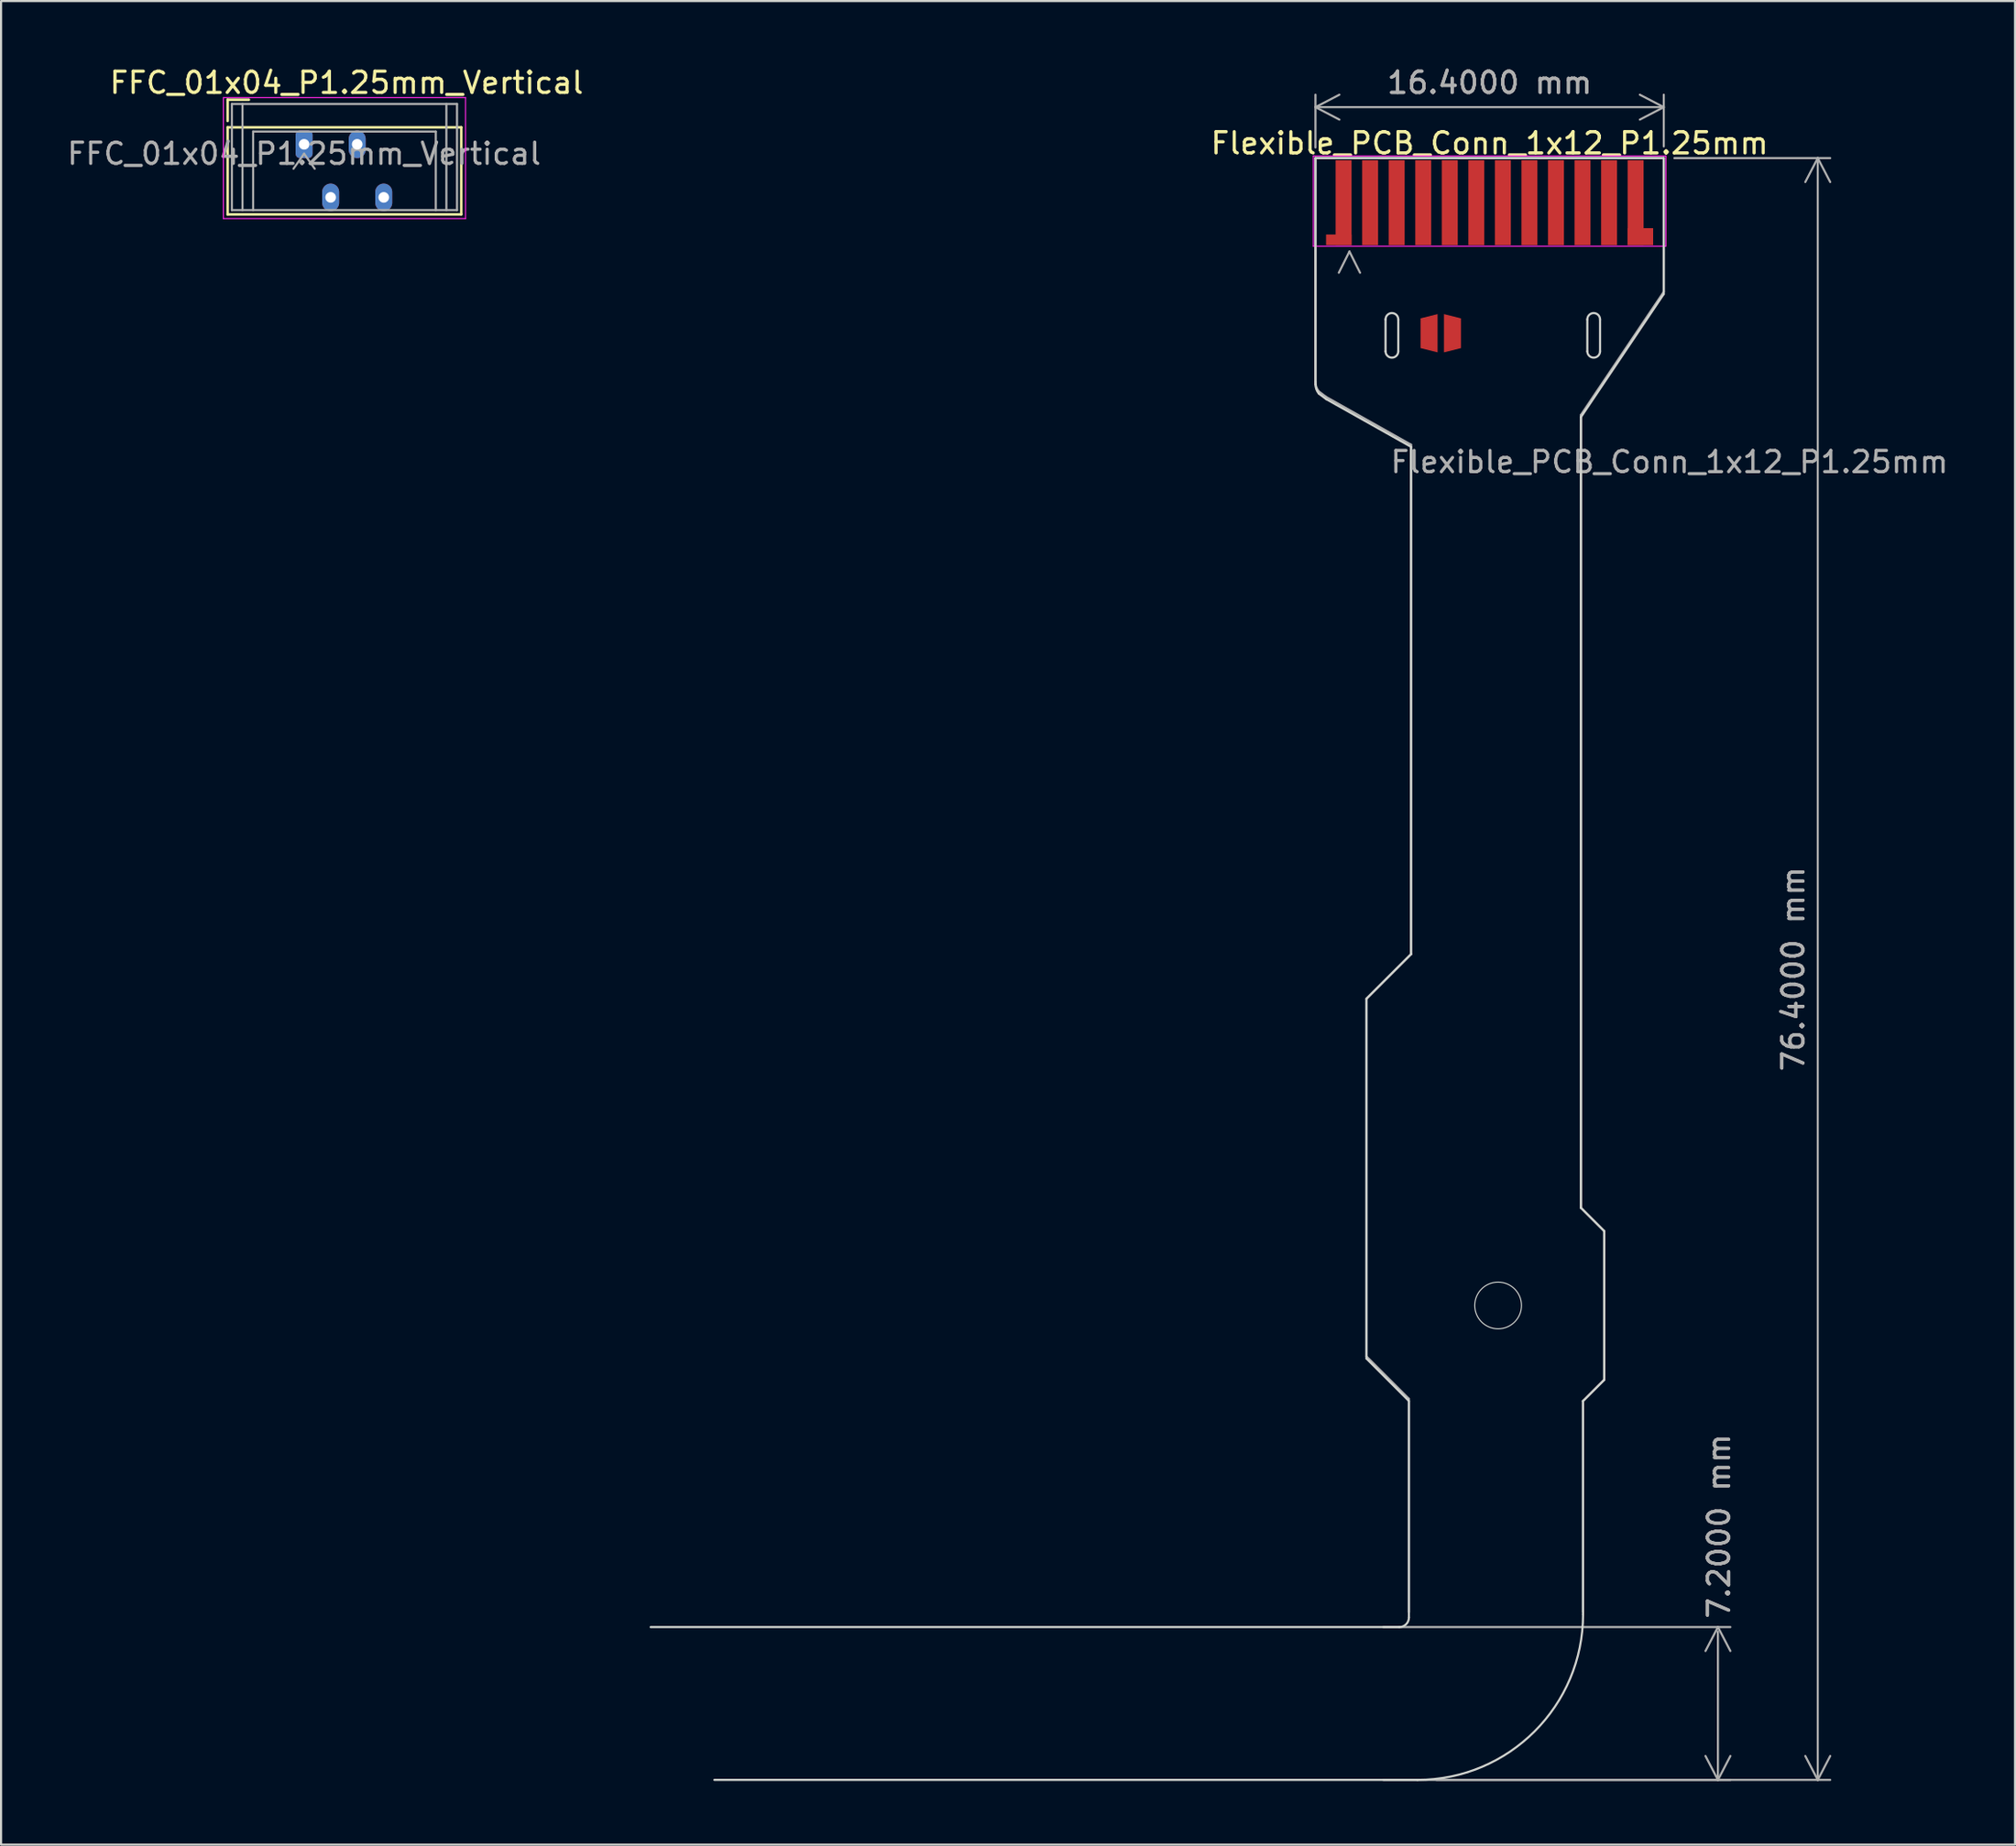
<source format=kicad_pcb>
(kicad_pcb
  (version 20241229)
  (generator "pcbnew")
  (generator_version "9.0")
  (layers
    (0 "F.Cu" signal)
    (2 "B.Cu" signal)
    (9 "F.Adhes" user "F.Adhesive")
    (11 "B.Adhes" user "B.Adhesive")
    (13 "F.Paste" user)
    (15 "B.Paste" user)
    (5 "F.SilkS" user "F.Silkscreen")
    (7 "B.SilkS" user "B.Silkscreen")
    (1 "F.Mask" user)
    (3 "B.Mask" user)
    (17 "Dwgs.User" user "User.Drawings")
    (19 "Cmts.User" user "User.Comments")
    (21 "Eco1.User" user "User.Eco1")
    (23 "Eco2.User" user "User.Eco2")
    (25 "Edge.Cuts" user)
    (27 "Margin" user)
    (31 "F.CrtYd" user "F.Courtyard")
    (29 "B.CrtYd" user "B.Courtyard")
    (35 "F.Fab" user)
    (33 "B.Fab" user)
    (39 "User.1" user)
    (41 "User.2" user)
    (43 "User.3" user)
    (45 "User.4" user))
  (footprint "FFC_01x04_P1.25mm_Vertical"
    (layer "F.Cu")
    (at 11.268 3.748)
    (property "Reference" "FFC_01x04_P1.25mm_Vertical" (at 2 -2.9 0) (layer "F.SilkS") (effects (font (size 1 1) (thickness 0.15))))
    (attr through_hole)
    (fp_line (start -3.6 -2.1) (end -3.6 -1.1) (stroke (width 0.12) (type solid)) (layer "F.SilkS"))
    (fp_line (start -3.6 -2.1) (end -2.6 -2.1) (stroke (width 0.12) (type solid)) (layer "F.SilkS"))
    (fp_line (start -3.6 -0.8) (end -3.6 3.3) (stroke (width 0.12) (type solid)) (layer "F.SilkS"))
    (fp_line (start -3.6 3.3) (end 7.4 3.3) (stroke (width 0.12) (type solid)) (layer "F.SilkS"))
    (fp_line (start 7.4 -0.8) (end -3.6 -0.8) (stroke (width 0.12) (type solid)) (layer "F.SilkS"))
    (fp_line (start 7.4 3.3) (end 7.4 -0.8) (stroke (width 0.12) (type solid)) (layer "F.SilkS"))
    (fp_line (start -3.8 -2.2) (end -3.8 3.5) (stroke (width 0.05) (type solid)) (layer "F.CrtYd"))
    (fp_line (start -3.8 3.5) (end 7.6 3.5) (stroke (width 0.05) (type solid)) (layer "F.CrtYd"))
    (fp_line (start 7.6 -2.2) (end -3.8 -2.2) (stroke (width 0.05) (type solid)) (layer "F.CrtYd"))
    (fp_line (start 7.6 3.5) (end 7.6 -2.2) (stroke (width 0.05) (type solid)) (layer "F.CrtYd"))
    (fp_line (start -3.4 -1.9) (end -3.4 3.1) (stroke (width 0.1) (type solid)) (layer "F.Fab"))
    (fp_line (start -2.9 -1.9) (end -2.9 3.1) (stroke (width 0.1) (type solid)) (layer "F.Fab"))
    (fp_line (start -2.4 -0.6) (end 6.2 -0.6) (stroke (width 0.1) (type default)) (layer "F.Fab"))
    (fp_line (start -2.4 3.1) (end -2.4 -0.6) (stroke (width 0.1) (type default)) (layer "F.Fab"))
    (fp_line (start -0.5 1.15) (end 0 0.443) (stroke (width 0.1) (type solid)) (layer "F.Fab"))
    (fp_line (start 0 0.443) (end 0.5 1.15) (stroke (width 0.1) (type solid)) (layer "F.Fab"))
    (fp_line (start 6.2 3.1) (end 6.2 -0.6) (stroke (width 0.1) (type default)) (layer "F.Fab"))
    (fp_line (start 6.7 -1.9) (end 6.7 3.1) (stroke (width 0.1) (type solid)) (layer "F.Fab"))
    (fp_line (start 7.2 -1.9) (end -3.4 -1.9) (stroke (width 0.1) (type solid)) (layer "F.Fab"))
    (fp_line (start 7.2 -1.9) (end 7.2 3.1) (stroke (width 0.1) (type solid)) (layer "F.Fab"))
    (fp_line (start 7.2 3.1) (end -3.4 3.1) (stroke (width 0.1) (type solid)) (layer "F.Fab"))
    (fp_text user "${REFERENCE}" (at 0 0.443 0) (layer "F.Fab") (effects (font (size 1 1) (thickness 0.15))))
    (pad "1" thru_hole roundrect (at 0 0) (size 0.8 1.3) (drill 0.5) (layers "*.Cu" "*.Mask") (roundrect_rratio 0.25))
    (pad "2" thru_hole oval (at 1.25 2.5) (size 0.8 1.3) (drill 0.5) (layers "*.Cu" "*.Mask"))
    (pad "3" thru_hole oval (at 2.5 0) (size 0.8 1.3) (drill 0.5) (layers "*.Cu" "*.Mask"))
    (pad "4" thru_hole oval (at 3.75 2.5) (size 0.8 1.3) (drill 0.5) (layers "*.Cu" "*.Mask")))
  (footprint "Flexible_PCB_Conn_1x12_P1.25mm"
    (layer "F.Cu")
    (at 67.086 8.498)
    (property "Reference" "Flexible_PCB_Conn_1x12_P1.25mm" (at 0 -4.8 0) (layer "F.SilkS") (effects (font (size 1 1) (thickness 0.15))))
    (attr smd)
    (fp_rect (start -8.2 -4.1) (end 8.2 0) (stroke (width 0.12) (type solid)) (fill yes) (layer "F.Mask"))
    (fp_line (start -36.5 72.3) (end -3.4 72.3) (stroke (width 0.1) (type default)) (layer "Edge.Cuts"))
    (fp_line (start -8.2 -4.1) (end 8.2 -4.1) (stroke (width 0.1) (type default)) (layer "Edge.Cuts"))
    (fp_line (start -8.2 6.55) (end -8.2 -4.1) (stroke (width 0.1) (type default)) (layer "Edge.Cuts"))
    (fp_line (start -8.042 6.993) (end -7.7 7.25) (stroke (width 0.1) (type default)) (layer "Edge.Cuts"))
    (fp_line (start -7.7 7.25) (end -3.7 9.5) (stroke (width 0.1) (type default)) (layer "Edge.Cuts"))
    (fp_line (start -5.8 35.5) (end -5.8 52.45) (stroke (width 0.1) (type default)) (layer "Edge.Cuts"))
    (fp_line (start -5.8 52.45) (end -3.8 54.45) (stroke (width 0.1) (type default)) (layer "Edge.Cuts"))
    (fp_line (start -4.9 3.5) (end -4.9 5) (stroke (width 0.1) (type default)) (layer "Edge.Cuts"))
    (fp_line (start -4.3 5) (end -4.3 3.5) (stroke (width 0.1) (type default)) (layer "Edge.Cuts"))
    (fp_line (start -4.25 65.1) (end -39.5 65.1) (stroke (width 0.1) (type default)) (layer "Edge.Cuts"))
    (fp_line (start -3.8 54.45) (end -3.8 64.65) (stroke (width 0.1) (type default)) (layer "Edge.Cuts"))
    (fp_line (start -3.7 9.5) (end -3.7 33.4) (stroke (width 0.1) (type default)) (layer "Edge.Cuts"))
    (fp_line (start -3.7 33.4) (end -5.8 35.5) (stroke (width 0.1) (type default)) (layer "Edge.Cuts"))
    (fp_line (start 4.3 8.1) (end 8.2 2.3) (stroke (width 0.1) (type default)) (layer "Edge.Cuts"))
    (fp_line (start 4.3 45.35) (end 4.3 8.1) (stroke (width 0.1) (type default)) (layer "Edge.Cuts"))
    (fp_line (start 4.4 54.45) (end 5.4 53.45) (stroke (width 0.1) (type default)) (layer "Edge.Cuts"))
    (fp_line (start 4.4 64.5) (end 4.4 54.45) (stroke (width 0.1) (type default)) (layer "Edge.Cuts"))
    (fp_line (start 4.6 3.5) (end 4.6 5) (stroke (width 0.1) (type default)) (layer "Edge.Cuts"))
    (fp_line (start 5.2 5) (end 5.2 3.5) (stroke (width 0.1) (type default)) (layer "Edge.Cuts"))
    (fp_line (start 5.4 46.45) (end 4.3 45.35) (stroke (width 0.1) (type default)) (layer "Edge.Cuts"))
    (fp_line (start 5.4 53.45) (end 5.4 46.45) (stroke (width 0.1) (type default)) (layer "Edge.Cuts"))
    (fp_line (start 8.2 -4.1) (end 8.2 2.3) (stroke (width 0.1) (type default)) (layer "Edge.Cuts"))
    (fp_arc (start -8.04177 6.993267) (mid -8.159257 6.785331) (end -8.2 6.55) (stroke (width 0.1) (type default)) (layer "Edge.Cuts"))
    (fp_arc (start -4.9 3.5) (mid -4.6 3.2) (end -4.3 3.5) (stroke (width 0.1) (type default)) (layer "Edge.Cuts"))
    (fp_arc (start -4.3 5) (mid -4.6 5.3) (end -4.9 5) (stroke (width 0.1) (type default)) (layer "Edge.Cuts"))
    (fp_arc (start -3.8 64.65) (mid -3.931802 64.968198) (end -4.25 65.1) (stroke (width 0.1) (type default)) (layer "Edge.Cuts"))
    (fp_arc (start 4.4 64.5) (mid 2.115433 70.015433) (end -3.4 72.3) (stroke (width 0.1) (type default)) (layer "Edge.Cuts"))
    (fp_arc (start 4.6 3.5) (mid 4.9 3.2) (end 5.2 3.5) (stroke (width 0.1) (type default)) (layer "Edge.Cuts"))
    (fp_arc (start 5.2 5) (mid 4.9 5.3) (end 4.6 5) (stroke (width 0.1) (type default)) (layer "Edge.Cuts"))
    (fp_circle (center 0.4 49.95) (end 0.4 51.05) (stroke (width 0.05) (type default)) (fill no) (layer "Edge.Cuts"))
    (fp_line (start -8.3 -4.2) (end -8.3 0.05) (stroke (width 0.05) (type solid)) (layer "F.CrtYd"))
    (fp_line (start -8.3 0.05) (end 8.3 0.05) (stroke (width 0.05) (type solid)) (layer "F.CrtYd"))
    (fp_line (start 8.3 -4.2) (end -8.3 -4.2) (stroke (width 0.05) (type solid)) (layer "F.CrtYd"))
    (fp_line (start 8.3 0.05) (end 8.3 -4.2) (stroke (width 0.05) (type solid)) (layer "F.CrtYd"))
    (fp_line (start -8.2 -4.1) (end 8.2 -4.1) (stroke (width 0.1) (type solid)) (layer "F.Fab"))
    (fp_line (start -8.2 6.45) (end -8.2 -4.1) (stroke (width 0.1) (type solid)) (layer "F.Fab"))
    (fp_line (start -7.7 7.15) (end -8.045 6.889) (stroke (width 0.1) (type default)) (layer "F.Fab"))
    (fp_line (start -6.6 0.3) (end -7.1 1.3) (stroke (width 0.1) (type solid)) (layer "F.Fab"))
    (fp_line (start -6.1 1.3) (end -6.6 0.3) (stroke (width 0.1) (type solid)) (layer "F.Fab"))
    (fp_line (start -5.8 35.5) (end -5.8 52.35) (stroke (width 0.1) (type default)) (layer "F.Fab"))
    (fp_line (start -5.8 52.35) (end -3.8 54.35) (stroke (width 0.1) (type default)) (layer "F.Fab"))
    (fp_line (start -3.8 54.35) (end -3.8 64.4) (stroke (width 0.1) (type default)) (layer "F.Fab"))
    (fp_line (start -3.7 9.4) (end -7.7 7.15) (stroke (width 0.1) (type default)) (layer "F.Fab"))
    (fp_line (start -3.7 9.4) (end -3.7 33.4) (stroke (width 0.1) (type default)) (layer "F.Fab"))
    (fp_line (start -3.7 33.4) (end -5.8 35.5) (stroke (width 0.1) (type default)) (layer "F.Fab"))
    (fp_line (start 4.3 8) (end 4.3 45.35) (stroke (width 0.1) (type default)) (layer "F.Fab"))
    (fp_line (start 4.3 45.35) (end 5.4 46.45) (stroke (width 0.1) (type default)) (layer "F.Fab"))
    (fp_line (start 4.4 54.45) (end 4.4 64.4) (stroke (width 0.1) (type default)) (layer "F.Fab"))
    (fp_line (start 5.4 46.45) (end 5.4 53.45) (stroke (width 0.1) (type default)) (layer "F.Fab"))
    (fp_line (start 5.4 53.45) (end 4.4 54.45) (stroke (width 0.1) (type default)) (layer "F.Fab"))
    (fp_line (start 8.2 2.2) (end 4.3 8) (stroke (width 0.1) (type default)) (layer "F.Fab"))
    (fp_line (start 8.2 2.2) (end 8.2 -4.1) (stroke (width 0.1) (type solid)) (layer "F.Fab"))
    (fp_arc (start -8.045026 6.889257) (mid -8.160121 6.682897) (end -8.2 6.45) (stroke (width 0.1) (type default)) (layer "F.Fab"))
    (fp_text user "${REFERENCE}" (at -4.75 10.8 0) (unlocked yes) (layer "F.Fab") (effects (font (size 1 1) (thickness 0.15)) (justify left bottom)))
    (dimension (type aligned) (layer "F.Fab") (pts (xy 61.586 73.598) (xy 61.586 80.798)) (height -16.25) (format (prefix "") (suffix "") (units 3) (units_format 1) (precision 4)) (style (thickness 0.1) (arrow_length 1.27) (text_position_mode 2) (arrow_direction outward) (extension_height 0.586) (extension_offset 0.5) (keep_text_aligned yes)) (gr_text "7.2000 mm" (at 77.886 68.848 90) (layer "F.Fab") (effects (font (size 1 1) (thickness 0.15)))))
    (dimension (type orthogonal) (layer "F.Fab") (pts (xy 75.286 4.398) (xy 64.086 80.798)) (height 7.25) (orientation 1) (format (prefix "") (suffix "") (units 3) (units_format 1) (precision 4)) (style (thickness 0.1) (arrow_length 1.27) (text_position_mode 0) (arrow_direction outward) (extension_height 0.586) (extension_offset 0.5) (keep_text_aligned yes)) (gr_text "76.4000 mm" (at 81.386 42.598 90) (layer "F.Fab") (effects (font (size 1 1) (thickness 0.15)))))
    (dimension (type orthogonal) (layer "F.Fab") (pts (xy 58.886 4.398) (xy 75.286 4.348)) (height -2.4) (orientation 0) (format (prefix "") (suffix "") (units 3) (units_format 1) (precision 4)) (style (thickness 0.1) (arrow_length 1.27) (text_position_mode 0) (arrow_direction outward) (extension_height 0.586) (extension_offset 0.5) (keep_text_aligned yes)) (gr_text "16.4000 mm" (at 67.086 0.848 0) (layer "F.Fab") (effects (font (size 1 1) (thickness 0.15)))))
    (pad "1" connect rect (at -7.1 -0.25) (size 1.2 0.5) (layers "F.Cu" "F.Mask"))
    (pad "1" connect rect (at -6.875 -2) (size 0.75 4) (layers "F.Cu" "F.Mask"))
    (pad "2" connect rect (at -5.625 -2) (size 0.75 4) (layers "F.Cu" "F.Mask"))
    (pad "3" connect rect (at -4.375 -2) (size 0.75 4) (layers "F.Cu" "F.Mask"))
    (pad "3" smd trapezoid (at -2.85 4.15 180) (size 0.8 1.6) (rect_delta 0.2 0) (layers "F.Cu" "F.Mask" "F.Paste"))
    (pad "4" connect rect (at -3.125 -2) (size 0.75 4) (layers "F.Cu" "F.Mask"))
    (pad "4" smd trapezoid (at -1.75 4.15) (size 0.8 1.6) (rect_delta 0.2 0) (layers "F.Cu" "F.Mask" "F.Paste"))
    (pad "5" connect rect (at -1.875 -2) (size 0.75 4) (layers "F.Cu" "F.Mask"))
    (pad "6" connect rect (at -0.625 -2) (size 0.75 4) (layers "F.Cu" "F.Mask"))
    (pad "7" connect rect (at 0.625 -2) (size 0.75 4) (layers "F.Cu" "F.Mask"))
    (pad "8" connect rect (at 1.875 -2) (size 0.75 4) (layers "F.Cu" "F.Mask"))
    (pad "9" connect rect (at 3.125 -2) (size 0.75 4) (layers "F.Cu" "F.Mask"))
    (pad "10" connect rect (at 4.375 -2) (size 0.75 4) (layers "F.Cu" "F.Mask"))
    (pad "11" connect rect (at 5.625 -2) (size 0.75 4) (layers "F.Cu" "F.Mask"))
    (pad "12" connect rect (at 6.875 -2) (size 0.75 4) (layers "F.Cu" "F.Mask"))
    (pad "12" connect rect (at 7.1 -0.4) (size 1.2 0.8) (layers "F.Cu" "F.Mask")))
  (gr_rect
    (start -3 -3)
    (end 91.824 83.848)
    (stroke (width 0.1) (type default))
    (fill no)
    (layer "Edge.Cuts")))
</source>
